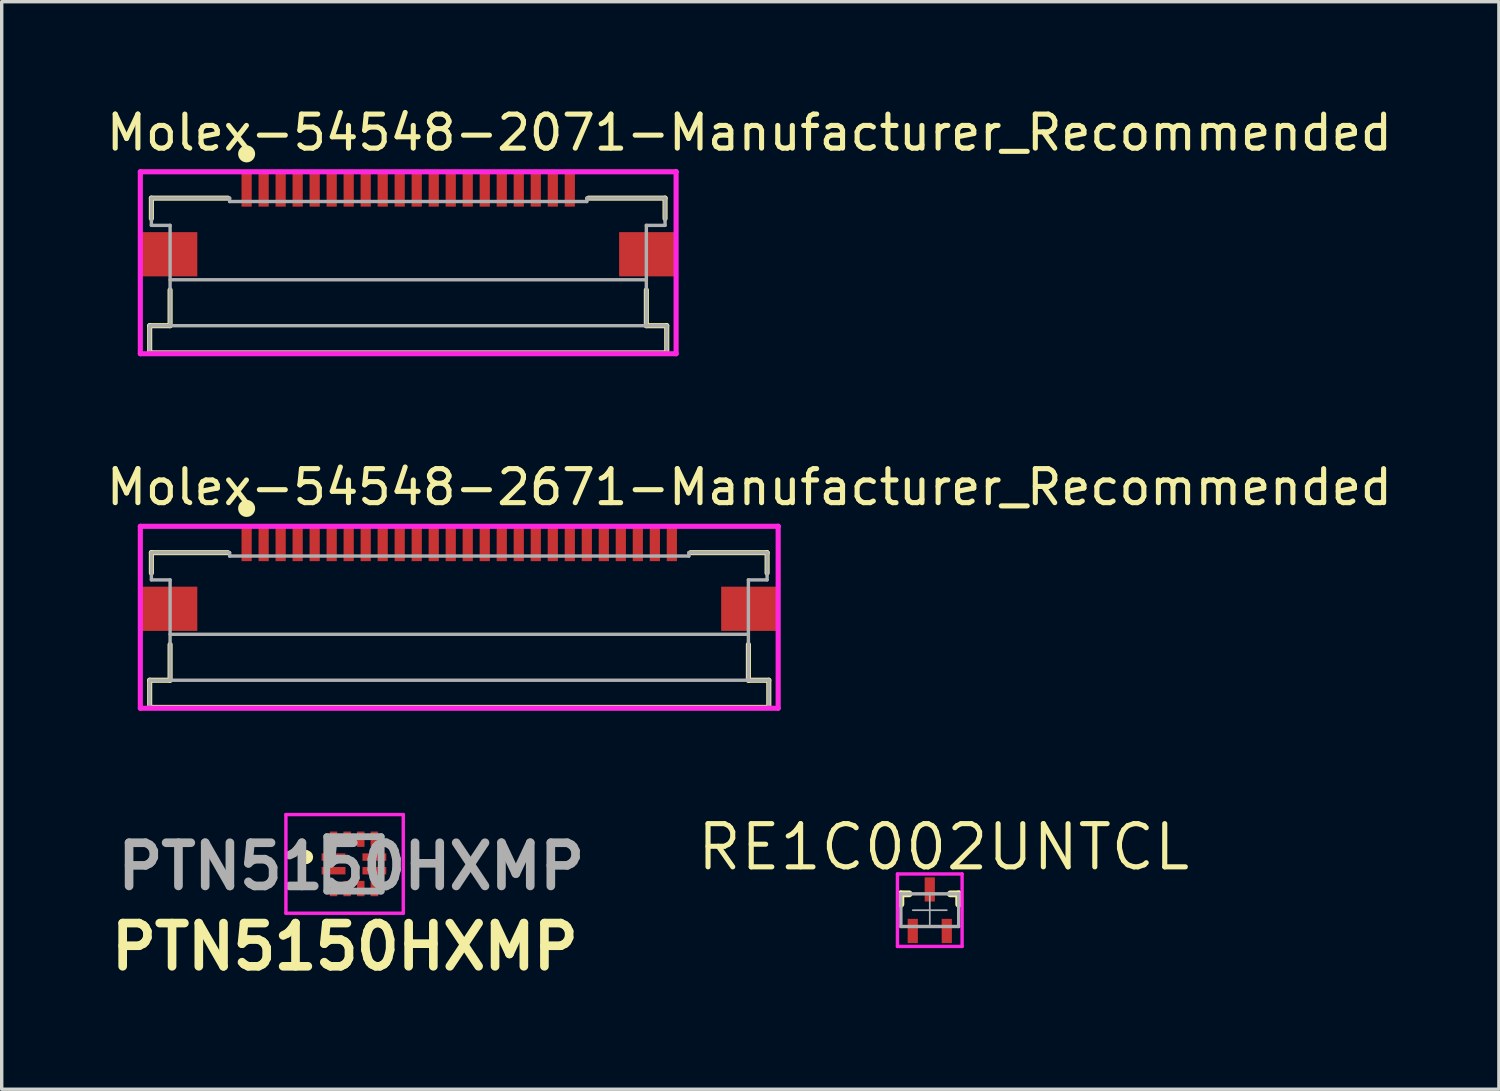
<source format=kicad_pcb>
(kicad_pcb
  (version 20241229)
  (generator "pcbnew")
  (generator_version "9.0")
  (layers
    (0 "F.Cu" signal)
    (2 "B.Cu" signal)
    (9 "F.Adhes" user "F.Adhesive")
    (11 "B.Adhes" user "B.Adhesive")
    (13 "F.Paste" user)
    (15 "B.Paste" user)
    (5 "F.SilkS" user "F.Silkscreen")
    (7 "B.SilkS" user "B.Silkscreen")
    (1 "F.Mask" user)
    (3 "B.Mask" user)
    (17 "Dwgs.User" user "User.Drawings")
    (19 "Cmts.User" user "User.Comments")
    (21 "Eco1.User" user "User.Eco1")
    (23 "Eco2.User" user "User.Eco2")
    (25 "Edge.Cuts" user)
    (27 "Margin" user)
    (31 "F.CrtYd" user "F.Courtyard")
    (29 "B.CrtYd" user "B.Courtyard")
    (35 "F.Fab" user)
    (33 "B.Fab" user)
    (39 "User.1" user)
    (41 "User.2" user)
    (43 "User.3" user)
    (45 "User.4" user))
  (footprint "PTN5150HXMP"
    (layer "F.Cu")
    (at 7.355 22.345)
    (property "Reference" "PTN5150HXMP" (at -0.267 2.436 0) (layer "F.SilkS") (effects (font (size 1.27 1.27) (thickness 0.254))))
    (attr smd)
    (fp_line (start -1.4 -0.3) (end -1.4 -0.3) (stroke (width 0.2) (type solid)) (layer "F.SilkS"))
    (fp_line (start -1.4 -0.1) (end -1.4 -0.1) (stroke (width 0.2) (type solid)) (layer "F.SilkS"))
    (fp_arc (start -1.4 -0.3) (mid -1.3 -0.2) (end -1.4 -0.1) (stroke (width 0.2) (type solid)) (layer "F.SilkS"))
    (fp_arc (start -1.4 -0.1) (mid -1.5 -0.2) (end -1.4 -0.3) (stroke (width 0.2) (type solid)) (layer "F.SilkS"))
    (fp_line (start -2 -1.45) (end 1.45 -1.45) (stroke (width 0.1) (type solid)) (layer "F.CrtYd"))
    (fp_line (start -2 1.45) (end -2 -1.45) (stroke (width 0.1) (type solid)) (layer "F.CrtYd"))
    (fp_line (start 1.45 -1.45) (end 1.45 1.45) (stroke (width 0.1) (type solid)) (layer "F.CrtYd"))
    (fp_line (start 1.45 1.45) (end -2 1.45) (stroke (width 0.1) (type solid)) (layer "F.CrtYd"))
    (fp_line (start -0.8 -0.8) (end 0.8 -0.8) (stroke (width 0.2) (type solid)) (layer "F.Fab"))
    (fp_line (start -0.8 0.8) (end -0.8 -0.8) (stroke (width 0.2) (type solid)) (layer "F.Fab"))
    (fp_line (start 0.8 -0.8) (end 0.8 0.8) (stroke (width 0.2) (type solid)) (layer "F.Fab"))
    (fp_line (start 0.8 0.8) (end -0.8 0.8) (stroke (width 0.2) (type solid)) (layer "F.Fab"))
    (fp_text user "${REFERENCE}" (at -0.079 0.074 0) (layer "F.Fab") (effects (font (size 1.27 1.27) (thickness 0.254))))
    (pad "1" smd rect (at -0.6 -0.2 90) (size 0.22 0.7) (layers "F.Cu" "F.Mask" "F.Paste"))
    (pad "2" smd rect (at -0.6 0.2 90) (size 0.22 0.7) (layers "F.Cu" "F.Mask" "F.Paste"))
    (pad "3" smd rect (at -0.6 0.725) (size 0.22 0.45) (layers "F.Cu" "F.Mask" "F.Paste"))
    (pad "4" smd rect (at -0.2 0.725) (size 0.22 0.45) (layers "F.Cu" "F.Mask" "F.Paste"))
    (pad "5" smd rect (at 0.2 0.725) (size 0.22 0.45) (layers "F.Cu" "F.Mask" "F.Paste"))
    (pad "6" smd rect (at 0.6 0.725) (size 0.22 0.45) (layers "F.Cu" "F.Mask" "F.Paste"))
    (pad "7" smd rect (at 0.6 0.2 90) (size 0.22 0.7) (layers "F.Cu" "F.Mask" "F.Paste"))
    (pad "8" smd rect (at 0.6 -0.2 90) (size 0.22 0.7) (layers "F.Cu" "F.Mask" "F.Paste"))
    (pad "9" smd rect (at 0.6 -0.725) (size 0.22 0.45) (layers "F.Cu" "F.Mask" "F.Paste"))
    (pad "10" smd rect (at 0.2 -0.725) (size 0.22 0.45) (layers "F.Cu" "F.Mask" "F.Paste"))
    (pad "11" smd rect (at -0.2 -0.725) (size 0.22 0.45) (layers "F.Cu" "F.Mask" "F.Paste"))
    (pad "12" smd rect (at -0.6 -0.725) (size 0.22 0.45) (layers "F.Cu" "F.Mask" "F.Paste")))
  (footprint "Molex-54548-2071-Manufacturer_Recommended"
    (layer "F.Cu")
    (at 8.95 3.474)
    (property "Reference" "Molex-54548-2071-Manufacturer_Recommended" (at -8.95 -2.625 0) (layer "F.SilkS") (effects (font (size 1 1) (thickness 0.15)) (justify left)))
    (attr through_hole)
    (fp_poly (pts (xy -7.85 0.3) (xy -6.2 0.3) (xy -6.2 1.6) (xy -7.85 1.6)) (stroke (width 0) (type solid)) (fill yes) (layer "F.Cu"))
    (fp_poly (pts (xy 7.85 0.3) (xy 6.2 0.3) (xy 6.2 1.6) (xy 7.85 1.6)) (stroke (width 0) (type solid)) (fill yes) (layer "F.Cu"))
    (fp_poly (pts (xy -7.85 0.3) (xy -6.2 0.3) (xy -6.2 1.6) (xy -7.85 1.6)) (stroke (width 0) (type solid)) (fill yes) (layer "F.Mask"))
    (fp_poly (pts (xy 7.85 0.3) (xy 6.2 0.3) (xy 6.2 1.6) (xy 7.85 1.6)) (stroke (width 0) (type solid)) (fill yes) (layer "F.Mask"))
    (fp_line (start -7.6 3.05) (end -7 3.05) (stroke (width 0.15) (type solid)) (layer "F.SilkS"))
    (fp_line (start -7.6 3.849) (end -7.6 3.05) (stroke (width 0.15) (type solid)) (layer "F.SilkS"))
    (fp_line (start -7.6 3.849) (end 7.6 3.849) (stroke (width 0.15) (type solid)) (layer "F.SilkS"))
    (fp_line (start -7.55 -0.7) (end -5.3 -0.7) (stroke (width 0.15) (type solid)) (layer "F.SilkS"))
    (fp_line (start -7.55 -0.1) (end -7.55 -0.7) (stroke (width 0.15) (type solid)) (layer "F.SilkS"))
    (fp_line (start -7 3.05) (end -7 2) (stroke (width 0.15) (type solid)) (layer "F.SilkS"))
    (fp_line (start 5.3 -0.7) (end 7.55 -0.7) (stroke (width 0.15) (type solid)) (layer "F.SilkS"))
    (fp_line (start 7 3.05) (end 7 2) (stroke (width 0.15) (type solid)) (layer "F.SilkS"))
    (fp_line (start 7 3.05) (end 7.6 3.05) (stroke (width 0.15) (type solid)) (layer "F.SilkS"))
    (fp_line (start 7.55 -0.1) (end 7.55 -0.7) (stroke (width 0.15) (type solid)) (layer "F.SilkS"))
    (fp_line (start 7.6 3.849) (end 7.6 3.05) (stroke (width 0.15) (type solid)) (layer "F.SilkS"))
    (fp_circle (center -4.75 -2) (end -4.625 -2) (stroke (width 0.25) (type solid)) (fill no) (layer "F.SilkS"))
    (fp_poly (pts (xy -7.85 0.3) (xy -6.2 0.3) (xy -6.2 1.6) (xy -7.85 1.6)) (stroke (width 0) (type solid)) (fill yes) (layer "F.Paste"))
    (fp_poly (pts (xy 7.85 0.3) (xy 6.2 0.3) (xy 6.2 1.6) (xy 7.85 1.6)) (stroke (width 0) (type solid)) (fill yes) (layer "F.Paste"))
    (fp_line (start -7.875 -1.475) (end -7.875 3.874) (stroke (width 0.15) (type solid)) (layer "F.CrtYd"))
    (fp_line (start -7.875 3.874) (end 7.875 3.874) (stroke (width 0.15) (type solid)) (layer "F.CrtYd"))
    (fp_line (start 7.875 -1.475) (end -7.875 -1.475) (stroke (width 0.15) (type solid)) (layer "F.CrtYd"))
    (fp_line (start 7.875 -1.475) (end 7.875 -1.475) (stroke (width 0.15) (type solid)) (layer "F.CrtYd"))
    (fp_line (start 7.875 3.874) (end 7.875 -1.475) (stroke (width 0.15) (type solid)) (layer "F.CrtYd"))
    (fp_line (start -7.6 3.05) (end -7 3.05) (stroke (width 0.1) (type solid)) (layer "F.Fab"))
    (fp_line (start -7.6 3.849) (end -7.6 3.05) (stroke (width 0.1) (type solid)) (layer "F.Fab"))
    (fp_line (start -7.6 3.849) (end 7.6 3.849) (stroke (width 0.1) (type solid)) (layer "F.Fab"))
    (fp_line (start -7.55 -0.7) (end -5.25 -0.7) (stroke (width 0.1) (type solid)) (layer "F.Fab"))
    (fp_line (start -7.55 0.1) (end -7.55 -0.7) (stroke (width 0.1) (type solid)) (layer "F.Fab"))
    (fp_line (start -7.55 0.1) (end -7 0.1) (stroke (width 0.1) (type solid)) (layer "F.Fab"))
    (fp_line (start -7 1.7) (end 7 1.7) (stroke (width 0.1) (type solid)) (layer "F.Fab"))
    (fp_line (start -7 3.05) (end -7 0.1) (stroke (width 0.1) (type solid)) (layer "F.Fab"))
    (fp_line (start -7 3.05) (end 7 3.05) (stroke (width 0.1) (type solid)) (layer "F.Fab"))
    (fp_line (start -5.25 -0.6) (end -5.25 -0.7) (stroke (width 0.1) (type solid)) (layer "F.Fab"))
    (fp_line (start -5.25 -0.6) (end 5.25 -0.6) (stroke (width 0.1) (type solid)) (layer "F.Fab"))
    (fp_line (start 5.25 -0.7) (end 7.55 -0.7) (stroke (width 0.1) (type solid)) (layer "F.Fab"))
    (fp_line (start 5.25 -0.6) (end 5.25 -0.7) (stroke (width 0.1) (type solid)) (layer "F.Fab"))
    (fp_line (start 7 0.1) (end 7.55 0.1) (stroke (width 0.1) (type solid)) (layer "F.Fab"))
    (fp_line (start 7 3.05) (end 7 0.1) (stroke (width 0.1) (type solid)) (layer "F.Fab"))
    (fp_line (start 7 3.05) (end 7.6 3.05) (stroke (width 0.1) (type solid)) (layer "F.Fab"))
    (fp_line (start 7.55 0.1) (end 7.55 -0.7) (stroke (width 0.1) (type solid)) (layer "F.Fab"))
    (fp_line (start 7.6 3.849) (end 7.6 3.05) (stroke (width 0.1) (type solid)) (layer "F.Fab"))
    (pad "1" smd rect (at -4.75 -0.95) (size 0.3 1) (layers "F.Cu" "F.Mask" "F.Paste"))
    (pad "2" smd rect (at -4.25 -0.95) (size 0.3 1) (layers "F.Cu" "F.Mask" "F.Paste"))
    (pad "3" smd rect (at -3.75 -0.95) (size 0.3 1) (layers "F.Cu" "F.Mask" "F.Paste"))
    (pad "4" smd rect (at -3.25 -0.95) (size 0.3 1) (layers "F.Cu" "F.Mask" "F.Paste"))
    (pad "5" smd rect (at -2.75 -0.95) (size 0.3 1) (layers "F.Cu" "F.Mask" "F.Paste"))
    (pad "6" smd rect (at -2.25 -0.95) (size 0.3 1) (layers "F.Cu" "F.Mask" "F.Paste"))
    (pad "7" smd rect (at -1.75 -0.95) (size 0.3 1) (layers "F.Cu" "F.Mask" "F.Paste"))
    (pad "8" smd rect (at -1.25 -0.95) (size 0.3 1) (layers "F.Cu" "F.Mask" "F.Paste"))
    (pad "9" smd rect (at -0.75 -0.95) (size 0.3 1) (layers "F.Cu" "F.Mask" "F.Paste"))
    (pad "10" smd rect (at -0.25 -0.95) (size 0.3 1) (layers "F.Cu" "F.Mask" "F.Paste"))
    (pad "11" smd rect (at 0.25 -0.95) (size 0.3 1) (layers "F.Cu" "F.Mask" "F.Paste"))
    (pad "12" smd rect (at 0.75 -0.95) (size 0.3 1) (layers "F.Cu" "F.Mask" "F.Paste"))
    (pad "13" smd rect (at 1.25 -0.95) (size 0.3 1) (layers "F.Cu" "F.Mask" "F.Paste"))
    (pad "14" smd rect (at 1.75 -0.95) (size 0.3 1) (layers "F.Cu" "F.Mask" "F.Paste"))
    (pad "15" smd rect (at 2.25 -0.95) (size 0.3 1) (layers "F.Cu" "F.Mask" "F.Paste"))
    (pad "16" smd rect (at 2.75 -0.95) (size 0.3 1) (layers "F.Cu" "F.Mask" "F.Paste"))
    (pad "17" smd rect (at 3.25 -0.95) (size 0.3 1) (layers "F.Cu" "F.Mask" "F.Paste"))
    (pad "18" smd rect (at 3.75 -0.95) (size 0.3 1) (layers "F.Cu" "F.Mask" "F.Paste"))
    (pad "19" smd rect (at 4.25 -0.95) (size 0.3 1) (layers "F.Cu" "F.Mask" "F.Paste"))
    (pad "20" smd rect (at 4.75 -0.95) (size 0.3 1) (layers "F.Cu" "F.Mask" "F.Paste"))
    (pad "MP1" smd rect (at -7.025 0.95) (size 1 1) (layers "F.Cu" "F.Mask" "F.Paste"))
    (pad "MP2" smd rect (at 7.025 0.95 180) (size 1 1) (layers "F.Cu" "F.Mask" "F.Paste")))
  (footprint "RE1C002UNTCL"
    (layer "F.Cu")
    (at 24.282 23.706)
    (property "Reference" "RE1C002UNTCL" (at 0.406 -1.854 0) (layer "F.SilkS") (effects (font (size 1.27 1.27) (thickness 0.15))))
    (attr through_hole)
    (fp_line (start -0.85 -0.48) (end -0.605 -0.48) (stroke (width 0.2) (type solid)) (layer "F.SilkS"))
    (fp_line (start -0.85 -0.175) (end -0.85 -0.48) (stroke (width 0.2) (type solid)) (layer "F.SilkS"))
    (fp_line (start 0.605 -0.48) (end 0.85 -0.48) (stroke (width 0.2) (type solid)) (layer "F.SilkS"))
    (fp_line (start 0.85 -0.175) (end 0.85 -0.48) (stroke (width 0.2) (type solid)) (layer "F.SilkS"))
    (fp_line (start -0.95 -1.065) (end 0.95 -1.065) (stroke (width 0.1) (type solid)) (layer "F.CrtYd"))
    (fp_line (start -0.95 1.065) (end -0.95 -1.065) (stroke (width 0.1) (type solid)) (layer "F.CrtYd"))
    (fp_line (start -0.95 1.065) (end 0.95 1.065) (stroke (width 0.1) (type solid)) (layer "F.CrtYd"))
    (fp_line (start 0.95 1.065) (end 0.95 -1.065) (stroke (width 0.1) (type solid)) (layer "F.CrtYd"))
    (fp_line (start -0.95 -1.065) (end 0.95 -1.065) (stroke (width 0.05) (type solid)) (layer "F.Fab"))
    (fp_line (start -0.95 1.065) (end -0.95 -1.065) (stroke (width 0.05) (type solid)) (layer "F.Fab"))
    (fp_line (start -0.95 1.065) (end 0.95 1.065) (stroke (width 0.05) (type solid)) (layer "F.Fab"))
    (fp_line (start -0.85 -0.48) (end 0.85 -0.48) (stroke (width 0.1) (type solid)) (layer "F.Fab"))
    (fp_line (start -0.85 0.48) (end -0.85 -0.48) (stroke (width 0.1) (type solid)) (layer "F.Fab"))
    (fp_line (start -0.85 0.48) (end 0.85 0.48) (stroke (width 0.1) (type solid)) (layer "F.Fab"))
    (fp_line (start -0.5 0) (end 0.5 0) (stroke (width 0.05) (type solid)) (layer "F.Fab"))
    (fp_line (start 0 0.5) (end 0 -0.5) (stroke (width 0.05) (type solid)) (layer "F.Fab"))
    (fp_line (start 0.85 0.48) (end 0.85 -0.48) (stroke (width 0.1) (type solid)) (layer "F.Fab"))
    (fp_line (start 0.95 1.065) (end 0.95 -1.065) (stroke (width 0.05) (type solid)) (layer "F.Fab"))
    (pad "1" smd rect (at -0.5 0.61) (size 0.3 0.71) (layers "F.Cu" "F.Mask" "F.Paste"))
    (pad "2" smd rect (at 0.5 0.61) (size 0.3 0.71) (layers "F.Cu" "F.Mask" "F.Paste"))
    (pad "3" smd rect (at 0 -0.61) (size 0.3 0.71) (layers "F.Cu" "F.Mask" "F.Paste")))
  (footprint "Molex-54548-2671-Manufacturer_Recommended"
    (layer "F.Cu")
    (at 10.45 13.896)
    (property "Reference" "Molex-54548-2671-Manufacturer_Recommended" (at -10.45 -2.625 0) (layer "F.SilkS") (effects (font (size 1 1) (thickness 0.15)) (justify left)))
    (attr through_hole)
    (fp_poly (pts (xy -9.35 0.3) (xy -7.7 0.3) (xy -7.7 1.6) (xy -9.35 1.6)) (stroke (width 0) (type solid)) (fill yes) (layer "F.Cu"))
    (fp_poly (pts (xy 9.35 0.3) (xy 7.7 0.3) (xy 7.7 1.6) (xy 9.35 1.6)) (stroke (width 0) (type solid)) (fill yes) (layer "F.Cu"))
    (fp_poly (pts (xy -9.35 0.3) (xy -7.7 0.3) (xy -7.7 1.6) (xy -9.35 1.6)) (stroke (width 0) (type solid)) (fill yes) (layer "F.Mask"))
    (fp_poly (pts (xy 9.35 0.3) (xy 7.7 0.3) (xy 7.7 1.6) (xy 9.35 1.6)) (stroke (width 0) (type solid)) (fill yes) (layer "F.Mask"))
    (fp_line (start -9.1 3.05) (end -8.5 3.05) (stroke (width 0.15) (type solid)) (layer "F.SilkS"))
    (fp_line (start -9.1 3.849) (end -9.1 3.05) (stroke (width 0.15) (type solid)) (layer "F.SilkS"))
    (fp_line (start -9.1 3.849) (end 9.1 3.849) (stroke (width 0.15) (type solid)) (layer "F.SilkS"))
    (fp_line (start -9.05 -0.7) (end -6.8 -0.7) (stroke (width 0.15) (type solid)) (layer "F.SilkS"))
    (fp_line (start -9.05 -0.1) (end -9.05 -0.7) (stroke (width 0.15) (type solid)) (layer "F.SilkS"))
    (fp_line (start -8.5 3.05) (end -8.5 2) (stroke (width 0.15) (type solid)) (layer "F.SilkS"))
    (fp_line (start 6.8 -0.7) (end 9.05 -0.7) (stroke (width 0.15) (type solid)) (layer "F.SilkS"))
    (fp_line (start 8.5 3.05) (end 8.5 2) (stroke (width 0.15) (type solid)) (layer "F.SilkS"))
    (fp_line (start 8.5 3.05) (end 9.1 3.05) (stroke (width 0.15) (type solid)) (layer "F.SilkS"))
    (fp_line (start 9.05 -0.1) (end 9.05 -0.7) (stroke (width 0.15) (type solid)) (layer "F.SilkS"))
    (fp_line (start 9.1 3.849) (end 9.1 3.05) (stroke (width 0.15) (type solid)) (layer "F.SilkS"))
    (fp_circle (center -6.25 -2) (end -6.125 -2) (stroke (width 0.25) (type solid)) (fill no) (layer "F.SilkS"))
    (fp_poly (pts (xy -9.35 0.3) (xy -7.7 0.3) (xy -7.7 1.6) (xy -9.35 1.6)) (stroke (width 0) (type solid)) (fill yes) (layer "F.Paste"))
    (fp_poly (pts (xy 9.35 0.3) (xy 7.7 0.3) (xy 7.7 1.6) (xy 9.35 1.6)) (stroke (width 0) (type solid)) (fill yes) (layer "F.Paste"))
    (fp_line (start -9.375 -1.475) (end -9.375 3.874) (stroke (width 0.15) (type solid)) (layer "F.CrtYd"))
    (fp_line (start -9.375 3.874) (end 9.375 3.874) (stroke (width 0.15) (type solid)) (layer "F.CrtYd"))
    (fp_line (start 9.375 -1.475) (end -9.375 -1.475) (stroke (width 0.15) (type solid)) (layer "F.CrtYd"))
    (fp_line (start 9.375 -1.475) (end 9.375 -1.475) (stroke (width 0.15) (type solid)) (layer "F.CrtYd"))
    (fp_line (start 9.375 3.874) (end 9.375 -1.475) (stroke (width 0.15) (type solid)) (layer "F.CrtYd"))
    (fp_line (start -9.1 3.05) (end -8.5 3.05) (stroke (width 0.1) (type solid)) (layer "F.Fab"))
    (fp_line (start -9.1 3.849) (end -9.1 3.05) (stroke (width 0.1) (type solid)) (layer "F.Fab"))
    (fp_line (start -9.1 3.849) (end 9.1 3.849) (stroke (width 0.1) (type solid)) (layer "F.Fab"))
    (fp_line (start -9.05 -0.7) (end -6.75 -0.7) (stroke (width 0.1) (type solid)) (layer "F.Fab"))
    (fp_line (start -9.05 0.1) (end -9.05 -0.7) (stroke (width 0.1) (type solid)) (layer "F.Fab"))
    (fp_line (start -9.05 0.1) (end -8.5 0.1) (stroke (width 0.1) (type solid)) (layer "F.Fab"))
    (fp_line (start -8.5 1.7) (end 8.5 1.7) (stroke (width 0.1) (type solid)) (layer "F.Fab"))
    (fp_line (start -8.5 3.05) (end -8.5 0.1) (stroke (width 0.1) (type solid)) (layer "F.Fab"))
    (fp_line (start -8.5 3.05) (end 8.5 3.05) (stroke (width 0.1) (type solid)) (layer "F.Fab"))
    (fp_line (start -6.75 -0.6) (end -6.75 -0.7) (stroke (width 0.1) (type solid)) (layer "F.Fab"))
    (fp_line (start -6.75 -0.6) (end 6.75 -0.6) (stroke (width 0.1) (type solid)) (layer "F.Fab"))
    (fp_line (start 6.75 -0.7) (end 9.05 -0.7) (stroke (width 0.1) (type solid)) (layer "F.Fab"))
    (fp_line (start 6.75 -0.6) (end 6.75 -0.7) (stroke (width 0.1) (type solid)) (layer "F.Fab"))
    (fp_line (start 8.5 0.1) (end 9.05 0.1) (stroke (width 0.1) (type solid)) (layer "F.Fab"))
    (fp_line (start 8.5 3.05) (end 8.5 0.1) (stroke (width 0.1) (type solid)) (layer "F.Fab"))
    (fp_line (start 8.5 3.05) (end 9.1 3.05) (stroke (width 0.1) (type solid)) (layer "F.Fab"))
    (fp_line (start 9.05 0.1) (end 9.05 -0.7) (stroke (width 0.1) (type solid)) (layer "F.Fab"))
    (fp_line (start 9.1 3.849) (end 9.1 3.05) (stroke (width 0.1) (type solid)) (layer "F.Fab"))
    (pad "1" smd rect (at -6.25 -0.95) (size 0.3 1) (layers "F.Cu" "F.Mask" "F.Paste"))
    (pad "2" smd rect (at -5.75 -0.95) (size 0.3 1) (layers "F.Cu" "F.Mask" "F.Paste"))
    (pad "3" smd rect (at -5.25 -0.95) (size 0.3 1) (layers "F.Cu" "F.Mask" "F.Paste"))
    (pad "4" smd rect (at -4.75 -0.95) (size 0.3 1) (layers "F.Cu" "F.Mask" "F.Paste"))
    (pad "5" smd rect (at -4.25 -0.95) (size 0.3 1) (layers "F.Cu" "F.Mask" "F.Paste"))
    (pad "6" smd rect (at -3.75 -0.95) (size 0.3 1) (layers "F.Cu" "F.Mask" "F.Paste"))
    (pad "7" smd rect (at -3.25 -0.95) (size 0.3 1) (layers "F.Cu" "F.Mask" "F.Paste"))
    (pad "8" smd rect (at -2.75 -0.95) (size 0.3 1) (layers "F.Cu" "F.Mask" "F.Paste"))
    (pad "9" smd rect (at -2.25 -0.95) (size 0.3 1) (layers "F.Cu" "F.Mask" "F.Paste"))
    (pad "10" smd rect (at -1.75 -0.95) (size 0.3 1) (layers "F.Cu" "F.Mask" "F.Paste"))
    (pad "11" smd rect (at -1.25 -0.95) (size 0.3 1) (layers "F.Cu" "F.Mask" "F.Paste"))
    (pad "12" smd rect (at -0.75 -0.95) (size 0.3 1) (layers "F.Cu" "F.Mask" "F.Paste"))
    (pad "13" smd rect (at -0.25 -0.95) (size 0.3 1) (layers "F.Cu" "F.Mask" "F.Paste"))
    (pad "14" smd rect (at 0.25 -0.95) (size 0.3 1) (layers "F.Cu" "F.Mask" "F.Paste"))
    (pad "15" smd rect (at 0.75 -0.95) (size 0.3 1) (layers "F.Cu" "F.Mask" "F.Paste"))
    (pad "16" smd rect (at 1.25 -0.95) (size 0.3 1) (layers "F.Cu" "F.Mask" "F.Paste"))
    (pad "17" smd rect (at 1.75 -0.95) (size 0.3 1) (layers "F.Cu" "F.Mask" "F.Paste"))
    (pad "18" smd rect (at 2.25 -0.95) (size 0.3 1) (layers "F.Cu" "F.Mask" "F.Paste"))
    (pad "19" smd rect (at 2.75 -0.95) (size 0.3 1) (layers "F.Cu" "F.Mask" "F.Paste"))
    (pad "20" smd rect (at 3.25 -0.95) (size 0.3 1) (layers "F.Cu" "F.Mask" "F.Paste"))
    (pad "21" smd rect (at 3.75 -0.95) (size 0.3 1) (layers "F.Cu" "F.Mask" "F.Paste"))
    (pad "22" smd rect (at 4.25 -0.95) (size 0.3 1) (layers "F.Cu" "F.Mask" "F.Paste"))
    (pad "23" smd rect (at 4.75 -0.95) (size 0.3 1) (layers "F.Cu" "F.Mask" "F.Paste"))
    (pad "24" smd rect (at 5.25 -0.95) (size 0.3 1) (layers "F.Cu" "F.Mask" "F.Paste"))
    (pad "25" smd rect (at 5.75 -0.95) (size 0.3 1) (layers "F.Cu" "F.Mask" "F.Paste"))
    (pad "26" smd rect (at 6.25 -0.95) (size 0.3 1) (layers "F.Cu" "F.Mask" "F.Paste"))
    (pad "MP1" smd rect (at -8.525 0.95) (size 1 1) (layers "F.Cu" "F.Mask" "F.Paste"))
    (pad "MP2" smd rect (at 8.525 0.95 180) (size 1 1) (layers "F.Cu" "F.Mask" "F.Paste")))
  (gr_rect
    (start -3 -3)
    (end 41.012 28.97)
    (stroke (width 0.1) (type default))
    (fill no)
    (layer "Edge.Cuts")))
</source>
